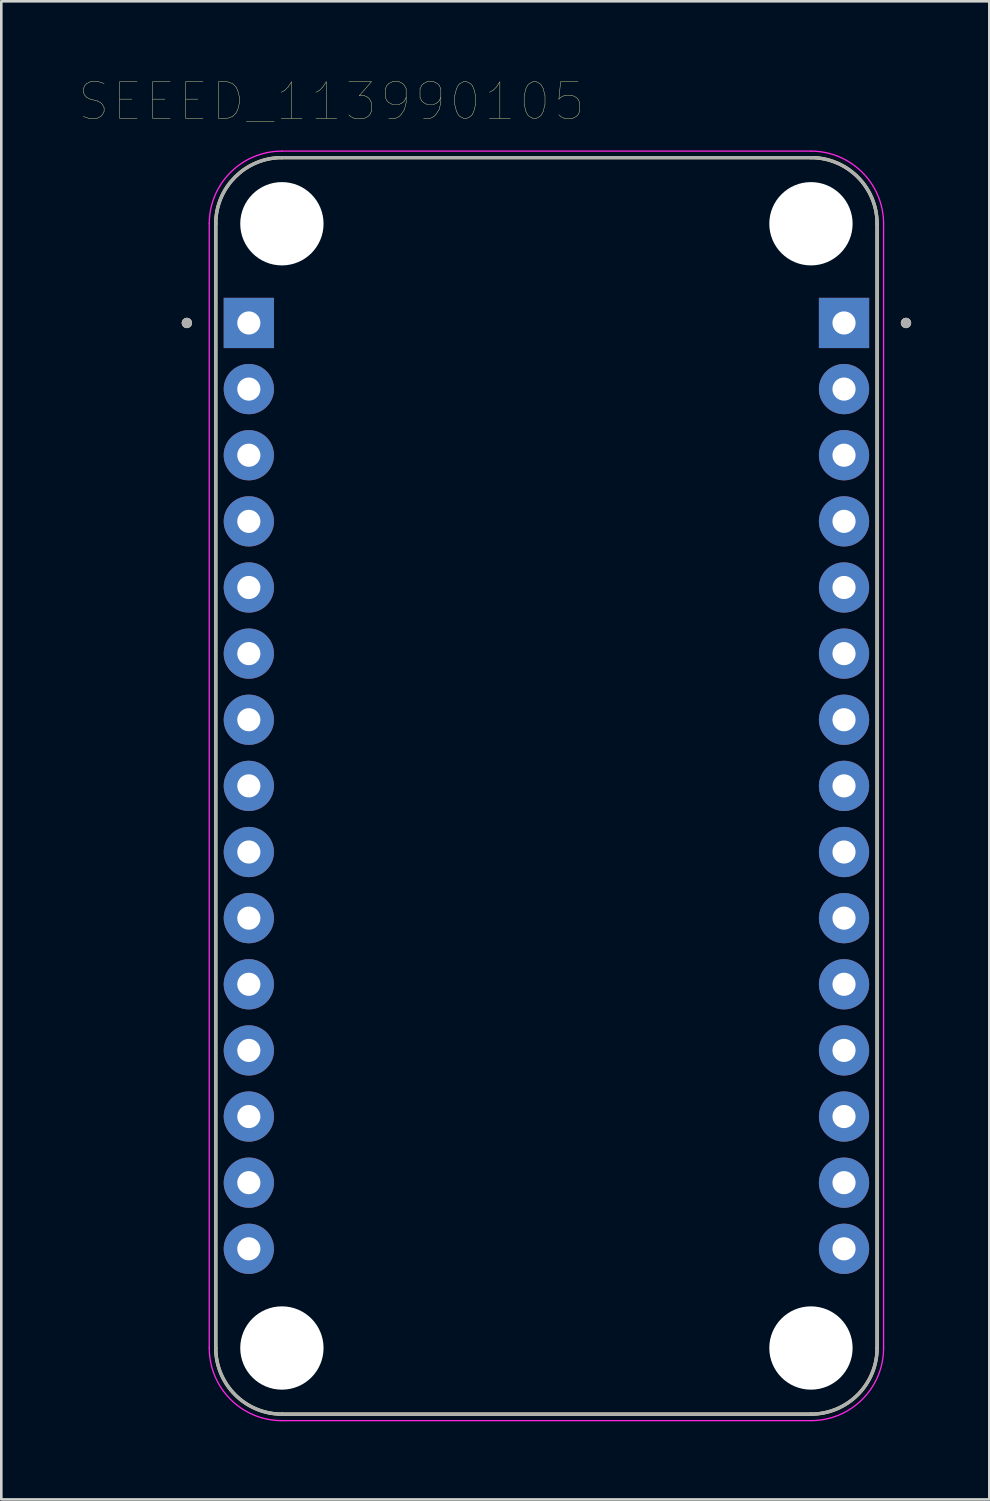
<source format=kicad_pcb>
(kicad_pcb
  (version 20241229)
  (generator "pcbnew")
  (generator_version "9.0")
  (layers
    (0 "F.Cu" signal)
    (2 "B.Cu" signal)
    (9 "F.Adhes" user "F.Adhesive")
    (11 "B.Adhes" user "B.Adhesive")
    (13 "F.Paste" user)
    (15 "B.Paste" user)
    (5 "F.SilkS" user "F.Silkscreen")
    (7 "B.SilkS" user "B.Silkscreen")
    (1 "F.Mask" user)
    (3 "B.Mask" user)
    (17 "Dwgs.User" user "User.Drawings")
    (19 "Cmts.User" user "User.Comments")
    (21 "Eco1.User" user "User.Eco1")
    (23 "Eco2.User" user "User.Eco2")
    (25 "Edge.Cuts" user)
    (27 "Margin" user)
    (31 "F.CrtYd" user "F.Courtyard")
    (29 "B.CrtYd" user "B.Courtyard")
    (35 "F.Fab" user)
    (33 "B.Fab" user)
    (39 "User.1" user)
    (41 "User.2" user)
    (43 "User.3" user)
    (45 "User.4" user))
  (footprint "SEEED_113990105"
    (layer "F.Cu")
    (at 17.937 27.134)
    (property "Reference" "SEEED_113990105" (at -8.255 -26.289 0) (layer "F.SilkS") (effects (font (size 1.4 1.4) (thickness 0.015))))
    (attr through_hole)
    (fp_line (start -12.7 21.59) (end -12.7 -21.59) (stroke (width 0.127) (type solid)) (layer "F.SilkS"))
    (fp_line (start -10.16 -24.13) (end 10.16 -24.13) (stroke (width 0.127) (type solid)) (layer "F.SilkS"))
    (fp_line (start 10.16 24.13) (end -10.16 24.13) (stroke (width 0.127) (type solid)) (layer "F.SilkS"))
    (fp_line (start 12.7 -21.59) (end 12.7 21.59) (stroke (width 0.127) (type solid)) (layer "F.SilkS"))
    (fp_arc (start -12.7 -21.59) (mid -11.956051 -23.386051) (end -10.16 -24.13) (stroke (width 0.127) (type solid)) (layer "F.SilkS"))
    (fp_arc (start -10.16 24.13) (mid -11.956051 23.386051) (end -12.7 21.59) (stroke (width 0.127) (type solid)) (layer "F.SilkS"))
    (fp_arc (start 10.16 -24.13) (mid 11.956051 -23.386051) (end 12.7 -21.59) (stroke (width 0.127) (type solid)) (layer "F.SilkS"))
    (fp_arc (start 12.7 21.59) (mid 11.956051 23.386051) (end 10.16 24.13) (stroke (width 0.127) (type solid)) (layer "F.SilkS"))
    (fp_circle (center -13.81 -17.78) (end -13.71 -17.78) (stroke (width 0.2) (type solid)) (fill no) (layer "F.SilkS"))
    (fp_circle (center 13.81 -17.78) (end 13.91 -17.78) (stroke (width 0.2) (type solid)) (fill no) (layer "F.SilkS"))
    (fp_line (start -12.95 21.59) (end -12.95 -21.59) (stroke (width 0.05) (type solid)) (layer "F.CrtYd"))
    (fp_line (start -10.16 -24.38) (end 10.16 -24.38) (stroke (width 0.05) (type solid)) (layer "F.CrtYd"))
    (fp_line (start 10.16 24.38) (end -10.16 24.38) (stroke (width 0.05) (type solid)) (layer "F.CrtYd"))
    (fp_line (start 12.95 -21.59) (end 12.95 21.59) (stroke (width 0.05) (type solid)) (layer "F.CrtYd"))
    (fp_arc (start -12.95 -21.59) (mid -12.132828 -23.562828) (end -10.16 -24.38) (stroke (width 0.05) (type solid)) (layer "F.CrtYd"))
    (fp_arc (start -10.16 24.38) (mid -12.132828 23.562828) (end -12.95 21.59) (stroke (width 0.05) (type solid)) (layer "F.CrtYd"))
    (fp_arc (start 10.16 -24.38) (mid 12.132828 -23.562828) (end 12.95 -21.59) (stroke (width 0.05) (type solid)) (layer "F.CrtYd"))
    (fp_arc (start 12.95 21.59) (mid 12.132828 23.562828) (end 10.16 24.38) (stroke (width 0.05) (type solid)) (layer "F.CrtYd"))
    (fp_line (start -12.7 21.59) (end -12.7 -21.59) (stroke (width 0.127) (type solid)) (layer "F.Fab"))
    (fp_line (start -10.16 -24.13) (end 10.16 -24.13) (stroke (width 0.127) (type solid)) (layer "F.Fab"))
    (fp_line (start 10.16 24.13) (end -10.16 24.13) (stroke (width 0.127) (type solid)) (layer "F.Fab"))
    (fp_line (start 12.7 -21.59) (end 12.7 21.59) (stroke (width 0.127) (type solid)) (layer "F.Fab"))
    (fp_arc (start -12.7 -21.59) (mid -11.956051 -23.386051) (end -10.16 -24.13) (stroke (width 0.127) (type solid)) (layer "F.Fab"))
    (fp_arc (start -10.16 24.13) (mid -11.956051 23.386051) (end -12.7 21.59) (stroke (width 0.127) (type solid)) (layer "F.Fab"))
    (fp_arc (start 10.16 -24.13) (mid 11.956051 -23.386051) (end 12.7 -21.59) (stroke (width 0.127) (type solid)) (layer "F.Fab"))
    (fp_arc (start 12.7 21.59) (mid 11.956051 23.386051) (end 10.16 24.13) (stroke (width 0.127) (type solid)) (layer "F.Fab"))
    (fp_circle (center -13.81 -17.78) (end -13.71 -17.78) (stroke (width 0.2) (type solid)) (fill no) (layer "F.Fab"))
    (fp_circle (center 13.81 -17.78) (end 13.91 -17.78) (stroke (width 0.2) (type solid)) (fill no) (layer "F.Fab"))
    (pad "" np_thru_hole circle (at -10.16 -21.59) (size 3.2 3.2) (drill 3.2) (layers "*.Cu" "*.Mask"))
    (pad "" np_thru_hole circle (at -10.16 21.59) (size 3.2 3.2) (drill 3.2) (layers "*.Cu" "*.Mask"))
    (pad "" np_thru_hole circle (at 10.16 -21.59) (size 3.2 3.2) (drill 3.2) (layers "*.Cu" "*.Mask"))
    (pad "" np_thru_hole circle (at 10.16 21.59) (size 3.2 3.2) (drill 3.2) (layers "*.Cu" "*.Mask"))
    (pad "J1_1" thru_hole rect (at -11.43 -17.78) (size 1.93 1.93) (drill 0.889) (layers "*.Cu" "*.Mask"))
    (pad "J1_2" thru_hole circle (at -11.43 -15.24) (size 1.93 1.93) (drill 0.889) (layers "*.Cu" "*.Mask"))
    (pad "J1_3" thru_hole circle (at -11.43 -12.7) (size 1.93 1.93) (drill 0.889) (layers "*.Cu" "*.Mask"))
    (pad "J1_4" thru_hole circle (at -11.43 -10.16) (size 1.93 1.93) (drill 0.889) (layers "*.Cu" "*.Mask"))
    (pad "J1_5" thru_hole circle (at -11.43 -7.62) (size 1.93 1.93) (drill 0.889) (layers "*.Cu" "*.Mask"))
    (pad "J1_6" thru_hole circle (at -11.43 -5.08) (size 1.93 1.93) (drill 0.889) (layers "*.Cu" "*.Mask"))
    (pad "J1_7" thru_hole circle (at -11.43 -2.54) (size 1.93 1.93) (drill 0.889) (layers "*.Cu" "*.Mask"))
    (pad "J1_8" thru_hole circle (at -11.43 0) (size 1.93 1.93) (drill 0.889) (layers "*.Cu" "*.Mask"))
    (pad "J1_9" thru_hole circle (at -11.43 2.54) (size 1.93 1.93) (drill 0.889) (layers "*.Cu" "*.Mask"))
    (pad "J1_10" thru_hole circle (at -11.43 5.08) (size 1.93 1.93) (drill 0.889) (layers "*.Cu" "*.Mask"))
    (pad "J1_11" thru_hole circle (at -11.43 7.62) (size 1.93 1.93) (drill 0.889) (layers "*.Cu" "*.Mask"))
    (pad "J1_12" thru_hole circle (at -11.43 10.16) (size 1.93 1.93) (drill 0.889) (layers "*.Cu" "*.Mask"))
    (pad "J1_13" thru_hole circle (at -11.43 12.7) (size 1.93 1.93) (drill 0.889) (layers "*.Cu" "*.Mask"))
    (pad "J1_14" thru_hole circle (at -11.43 15.24) (size 1.93 1.93) (drill 0.889) (layers "*.Cu" "*.Mask"))
    (pad "J1_15" thru_hole circle (at -11.43 17.78) (size 1.93 1.93) (drill 0.889) (layers "*.Cu" "*.Mask"))
    (pad "J2_1" thru_hole rect (at 11.43 -17.78) (size 1.93 1.93) (drill 0.889) (layers "*.Cu" "*.Mask"))
    (pad "J2_2" thru_hole circle (at 11.43 -15.24) (size 1.93 1.93) (drill 0.889) (layers "*.Cu" "*.Mask"))
    (pad "J2_3" thru_hole circle (at 11.43 -12.7) (size 1.93 1.93) (drill 0.889) (layers "*.Cu" "*.Mask"))
    (pad "J2_4" thru_hole circle (at 11.43 -10.16) (size 1.93 1.93) (drill 0.889) (layers "*.Cu" "*.Mask"))
    (pad "J2_5" thru_hole circle (at 11.43 -7.62) (size 1.93 1.93) (drill 0.889) (layers "*.Cu" "*.Mask"))
    (pad "J2_6" thru_hole circle (at 11.43 -5.08) (size 1.93 1.93) (drill 0.889) (layers "*.Cu" "*.Mask"))
    (pad "J2_7" thru_hole circle (at 11.43 -2.54) (size 1.93 1.93) (drill 0.889) (layers "*.Cu" "*.Mask"))
    (pad "J2_8" thru_hole circle (at 11.43 0) (size 1.93 1.93) (drill 0.889) (layers "*.Cu" "*.Mask"))
    (pad "J2_9" thru_hole circle (at 11.43 2.54) (size 1.93 1.93) (drill 0.889) (layers "*.Cu" "*.Mask"))
    (pad "J2_10" thru_hole circle (at 11.43 5.08) (size 1.93 1.93) (drill 0.889) (layers "*.Cu" "*.Mask"))
    (pad "J2_11" thru_hole circle (at 11.43 7.62) (size 1.93 1.93) (drill 0.889) (layers "*.Cu" "*.Mask"))
    (pad "J2_12" thru_hole circle (at 11.43 10.16) (size 1.93 1.93) (drill 0.889) (layers "*.Cu" "*.Mask"))
    (pad "J2_13" thru_hole circle (at 11.43 12.7) (size 1.93 1.93) (drill 0.889) (layers "*.Cu" "*.Mask"))
    (pad "J2_14" thru_hole circle (at 11.43 15.24) (size 1.93 1.93) (drill 0.889) (layers "*.Cu" "*.Mask"))
    (pad "J2_15" thru_hole circle (at 11.43 17.78) (size 1.93 1.93) (drill 0.889) (layers "*.Cu" "*.Mask")))
  (gr_rect
    (start -3 -3)
    (end 34.947 54.539)
    (stroke (width 0.1) (type default))
    (fill no)
    (layer "Edge.Cuts")))
</source>
